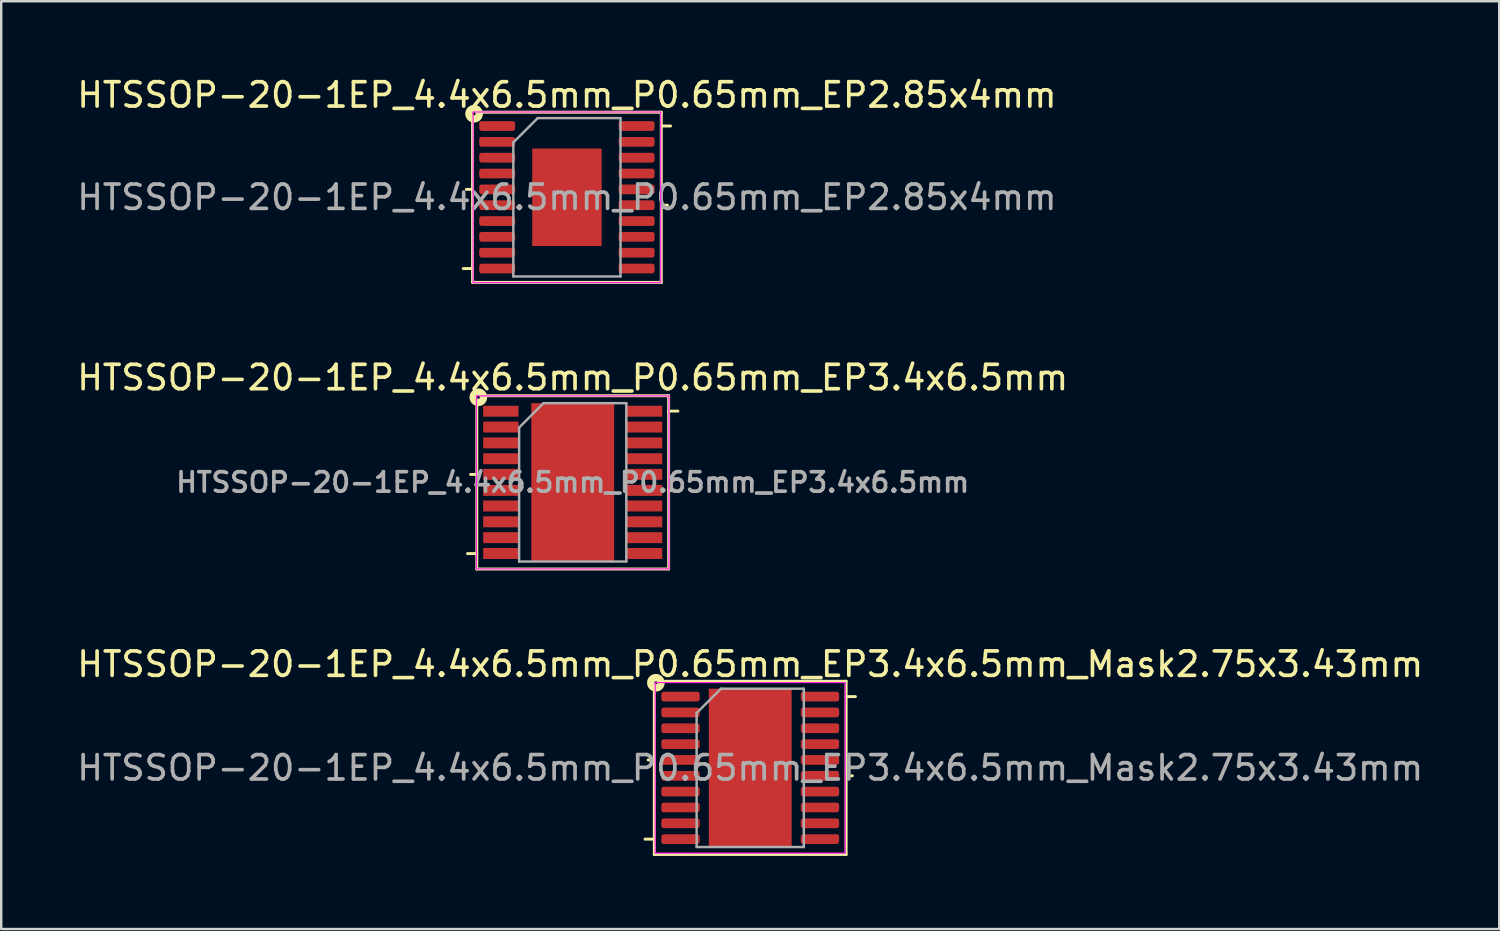
<source format=kicad_pcb>
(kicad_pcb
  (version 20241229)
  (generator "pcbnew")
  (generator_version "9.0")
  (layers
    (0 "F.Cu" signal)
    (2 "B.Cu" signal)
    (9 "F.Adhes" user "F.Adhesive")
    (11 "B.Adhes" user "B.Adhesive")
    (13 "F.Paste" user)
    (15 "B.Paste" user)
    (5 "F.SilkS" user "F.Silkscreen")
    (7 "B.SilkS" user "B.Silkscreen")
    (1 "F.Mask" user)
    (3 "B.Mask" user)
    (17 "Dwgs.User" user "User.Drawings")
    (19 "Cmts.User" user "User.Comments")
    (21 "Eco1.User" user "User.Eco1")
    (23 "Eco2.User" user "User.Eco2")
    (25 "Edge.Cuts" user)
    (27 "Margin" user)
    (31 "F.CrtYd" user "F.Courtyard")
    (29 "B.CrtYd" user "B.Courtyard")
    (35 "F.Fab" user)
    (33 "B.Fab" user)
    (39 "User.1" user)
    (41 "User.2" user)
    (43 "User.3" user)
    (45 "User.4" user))
  (footprint "HTSSOP-20-1EP_4.4x6.5mm_P0.65mm_EP3.4x6.5mm_Mask2.75x3.43mm"
    (layer "F.Cu")
    (at 27.744 28.468)
    (property "Reference" "HTSSOP-20-1EP_4.4x6.5mm_P0.65mm_EP3.4x6.5mm_Mask2.75x3.43mm" (at 0 -4.255 0) (layer "F.SilkS") (effects (font (size 1 1) (thickness 0.15))))
    (attr smd)
    (fp_line (start -3.937 -0.325) (end -4.191 -0.325) (stroke (width 0.12) (type solid)) (layer "F.SilkS"))
    (fp_line (start -3.937 2.925) (end -4.318 2.925) (stroke (width 0.12) (type solid)) (layer "F.SilkS"))
    (fp_line (start -3.937 3.556) (end -3.937 -3.111) (stroke (width 0.12) (type solid)) (layer "F.SilkS"))
    (fp_line (start -3.493 -3.556) (end 3.937 -3.556) (stroke (width 0.12) (type solid)) (layer "F.SilkS"))
    (fp_line (start 3.937 -3.556) (end 3.937 3.556) (stroke (width 0.12) (type solid)) (layer "F.SilkS"))
    (fp_line (start 3.937 -2.925) (end 4.318 -2.925) (stroke (width 0.12) (type solid)) (layer "F.SilkS"))
    (fp_line (start 3.937 0.325) (end 4.191 0.325) (stroke (width 0.12) (type solid)) (layer "F.SilkS"))
    (fp_line (start 3.937 3.556) (end -3.937 3.556) (stroke (width 0.12) (type solid)) (layer "F.SilkS"))
    (fp_circle (center -3.873 -3.493) (end -3.81 -3.493) (stroke (width 0.3) (type solid)) (fill no) (layer "F.SilkS"))
    (fp_line (start -3.9 -3.5) (end -3.9 3.5) (stroke (width 0.05) (type solid)) (layer "F.CrtYd"))
    (fp_line (start -3.9 3.5) (end 3.9 3.5) (stroke (width 0.05) (type solid)) (layer "F.CrtYd"))
    (fp_line (start 3.9 -3.5) (end -3.9 -3.5) (stroke (width 0.05) (type solid)) (layer "F.CrtYd"))
    (fp_line (start 3.9 3.5) (end 3.9 -3.5) (stroke (width 0.05) (type solid)) (layer "F.CrtYd"))
    (fp_line (start -2.2 -2.25) (end -1.2 -3.25) (stroke (width 0.1) (type solid)) (layer "F.Fab"))
    (fp_line (start -2.2 3.25) (end -2.2 -2.25) (stroke (width 0.1) (type solid)) (layer "F.Fab"))
    (fp_line (start -1.2 -3.25) (end 2.2 -3.25) (stroke (width 0.1) (type solid)) (layer "F.Fab"))
    (fp_line (start 2.2 -3.25) (end 2.2 3.25) (stroke (width 0.1) (type solid)) (layer "F.Fab"))
    (fp_line (start 2.2 3.25) (end -2.2 3.25) (stroke (width 0.1) (type solid)) (layer "F.Fab"))
    (fp_text user "${REFERENCE}" (at 0 0 0) (layer "F.Fab") (effects (font (size 1 1) (thickness 0.15))))
    (pad "" smd roundrect (at -0.69 -0.86) (size 1.11 1.38) (layers "F.Paste") (roundrect_rratio 0.225))
    (pad "" smd roundrect (at -0.69 0.86) (size 1.11 1.38) (layers "F.Paste") (roundrect_rratio 0.225))
    (pad "" smd rect (at 0 0) (size 2.75 3.43) (layers "F.Mask"))
    (pad "" smd roundrect (at 0.69 -0.86) (size 1.11 1.38) (layers "F.Paste") (roundrect_rratio 0.225))
    (pad "" smd roundrect (at 0.69 0.86) (size 1.11 1.38) (layers "F.Paste") (roundrect_rratio 0.225))
    (pad "1" smd roundrect (at -2.862 -2.925) (size 1.575 0.4) (layers "F.Cu" "F.Mask" "F.Paste") (roundrect_rratio 0.25))
    (pad "2" smd roundrect (at -2.862 -2.275) (size 1.575 0.4) (layers "F.Cu" "F.Mask" "F.Paste") (roundrect_rratio 0.25))
    (pad "3" smd roundrect (at -2.862 -1.625) (size 1.575 0.4) (layers "F.Cu" "F.Mask" "F.Paste") (roundrect_rratio 0.25))
    (pad "4" smd roundrect (at -2.862 -0.975) (size 1.575 0.4) (layers "F.Cu" "F.Mask" "F.Paste") (roundrect_rratio 0.25))
    (pad "5" smd roundrect (at -2.862 -0.325) (size 1.575 0.4) (layers "F.Cu" "F.Mask" "F.Paste") (roundrect_rratio 0.25))
    (pad "6" smd roundrect (at -2.862 0.325) (size 1.575 0.4) (layers "F.Cu" "F.Mask" "F.Paste") (roundrect_rratio 0.25))
    (pad "7" smd roundrect (at -2.862 0.975) (size 1.575 0.4) (layers "F.Cu" "F.Mask" "F.Paste") (roundrect_rratio 0.25))
    (pad "8" smd roundrect (at -2.862 1.625) (size 1.575 0.4) (layers "F.Cu" "F.Mask" "F.Paste") (roundrect_rratio 0.25))
    (pad "9" smd roundrect (at -2.862 2.275) (size 1.575 0.4) (layers "F.Cu" "F.Mask" "F.Paste") (roundrect_rratio 0.25))
    (pad "10" smd roundrect (at -2.862 2.925) (size 1.575 0.4) (layers "F.Cu" "F.Mask" "F.Paste") (roundrect_rratio 0.25))
    (pad "11" smd roundrect (at 2.862 2.925) (size 1.575 0.4) (layers "F.Cu" "F.Mask" "F.Paste") (roundrect_rratio 0.25))
    (pad "12" smd roundrect (at 2.862 2.275) (size 1.575 0.4) (layers "F.Cu" "F.Mask" "F.Paste") (roundrect_rratio 0.25))
    (pad "13" smd roundrect (at 2.862 1.625) (size 1.575 0.4) (layers "F.Cu" "F.Mask" "F.Paste") (roundrect_rratio 0.25))
    (pad "14" smd roundrect (at 2.862 0.975) (size 1.575 0.4) (layers "F.Cu" "F.Mask" "F.Paste") (roundrect_rratio 0.25))
    (pad "15" smd roundrect (at 2.862 0.325) (size 1.575 0.4) (layers "F.Cu" "F.Mask" "F.Paste") (roundrect_rratio 0.25))
    (pad "16" smd roundrect (at 2.862 -0.325) (size 1.575 0.4) (layers "F.Cu" "F.Mask" "F.Paste") (roundrect_rratio 0.25))
    (pad "17" smd roundrect (at 2.862 -0.975) (size 1.575 0.4) (layers "F.Cu" "F.Mask" "F.Paste") (roundrect_rratio 0.25))
    (pad "18" smd roundrect (at 2.862 -1.625) (size 1.575 0.4) (layers "F.Cu" "F.Mask" "F.Paste") (roundrect_rratio 0.25))
    (pad "19" smd roundrect (at 2.862 -2.275) (size 1.575 0.4) (layers "F.Cu" "F.Mask" "F.Paste") (roundrect_rratio 0.25))
    (pad "20" smd roundrect (at 2.862 -2.925) (size 1.575 0.4) (layers "F.Cu" "F.Mask" "F.Paste") (roundrect_rratio 0.25))
    (pad "21" smd rect (at 0 0) (size 3.4 6.5) (layers "F.Cu")))
  (footprint "HTSSOP-20-1EP_4.4x6.5mm_P0.65mm_EP3.4x6.5mm"
    (layer "F.Cu")
    (at 20.458 16.749)
    (property "Reference" "HTSSOP-20-1EP_4.4x6.5mm_P0.65mm_EP3.4x6.5mm" (at 0 -4.3 0) (layer "F.SilkS") (effects (font (size 1 1) (thickness 0.15))))
    (attr smd)
    (fp_line (start -3.937 -0.325) (end -4.191 -0.325) (stroke (width 0.12) (type solid)) (layer "F.SilkS"))
    (fp_line (start -3.937 2.925) (end -4.318 2.925) (stroke (width 0.12) (type solid)) (layer "F.SilkS"))
    (fp_line (start -3.937 3.556) (end -3.937 -3.111) (stroke (width 0.12) (type solid)) (layer "F.SilkS"))
    (fp_line (start -3.493 -3.556) (end 3.937 -3.556) (stroke (width 0.12) (type solid)) (layer "F.SilkS"))
    (fp_line (start 3.937 -3.556) (end 3.937 3.556) (stroke (width 0.12) (type solid)) (layer "F.SilkS"))
    (fp_line (start 3.937 -2.925) (end 4.318 -2.925) (stroke (width 0.12) (type solid)) (layer "F.SilkS"))
    (fp_line (start 3.937 0.325) (end 4.191 0.325) (stroke (width 0.12) (type solid)) (layer "F.SilkS"))
    (fp_line (start 3.937 3.556) (end -3.937 3.556) (stroke (width 0.12) (type solid)) (layer "F.SilkS"))
    (fp_circle (center -3.873 -3.493) (end -3.81 -3.493) (stroke (width 0.3) (type solid)) (fill no) (layer "F.SilkS"))
    (fp_line (start -3.95 -3.55) (end -3.95 3.55) (stroke (width 0.05) (type solid)) (layer "F.CrtYd"))
    (fp_line (start -3.95 -3.55) (end 3.95 -3.55) (stroke (width 0.05) (type solid)) (layer "F.CrtYd"))
    (fp_line (start -3.95 3.55) (end 3.95 3.55) (stroke (width 0.05) (type solid)) (layer "F.CrtYd"))
    (fp_line (start 3.95 -3.55) (end 3.95 3.55) (stroke (width 0.05) (type solid)) (layer "F.CrtYd"))
    (fp_line (start -2.2 -2.25) (end -1.2 -3.25) (stroke (width 0.1) (type solid)) (layer "F.Fab"))
    (fp_line (start -2.2 3.25) (end -2.2 -2.25) (stroke (width 0.1) (type solid)) (layer "F.Fab"))
    (fp_line (start -1.2 -3.25) (end 2.2 -3.25) (stroke (width 0.1) (type solid)) (layer "F.Fab"))
    (fp_line (start 2.2 -3.25) (end 2.2 3.25) (stroke (width 0.1) (type solid)) (layer "F.Fab"))
    (fp_line (start 2.2 3.25) (end -2.2 3.25) (stroke (width 0.1) (type solid)) (layer "F.Fab"))
    (fp_text user "${REFERENCE}" (at 0 0 0) (layer "F.Fab") (effects (font (size 0.8 0.8) (thickness 0.15))))
    (pad "" smd rect (at -0.85 -2.438) (size 1.4 1.325) (layers "F.Paste"))
    (pad "" smd rect (at -0.85 -0.812) (size 1.4 1.325) (layers "F.Paste"))
    (pad "" smd rect (at -0.85 0.812) (size 1.4 1.325) (layers "F.Paste"))
    (pad "" smd rect (at -0.85 2.438) (size 1.4 1.325) (layers "F.Paste"))
    (pad "" smd rect (at 0.85 -2.438) (size 1.4 1.325) (layers "F.Paste"))
    (pad "" smd rect (at 0.85 -0.812) (size 1.4 1.325) (layers "F.Paste"))
    (pad "" smd rect (at 0.85 0.812) (size 1.4 1.325) (layers "F.Paste"))
    (pad "" smd rect (at 0.85 2.438) (size 1.4 1.325) (layers "F.Paste"))
    (pad "1" smd rect (at -2.95 -2.92) (size 1.45 0.45) (layers "F.Cu" "F.Mask" "F.Paste"))
    (pad "2" smd rect (at -2.95 -2.27) (size 1.45 0.45) (layers "F.Cu" "F.Mask" "F.Paste"))
    (pad "3" smd rect (at -2.95 -1.62) (size 1.45 0.45) (layers "F.Cu" "F.Mask" "F.Paste"))
    (pad "4" smd rect (at -2.95 -0.97) (size 1.45 0.45) (layers "F.Cu" "F.Mask" "F.Paste"))
    (pad "5" smd rect (at -2.95 -0.33) (size 1.45 0.45) (layers "F.Cu" "F.Mask" "F.Paste"))
    (pad "6" smd rect (at -2.95 0.33) (size 1.45 0.45) (layers "F.Cu" "F.Mask" "F.Paste"))
    (pad "7" smd rect (at -2.95 0.97) (size 1.45 0.45) (layers "F.Cu" "F.Mask" "F.Paste"))
    (pad "8" smd rect (at -2.95 1.62) (size 1.45 0.45) (layers "F.Cu" "F.Mask" "F.Paste"))
    (pad "9" smd rect (at -2.95 2.27) (size 1.45 0.45) (layers "F.Cu" "F.Mask" "F.Paste"))
    (pad "10" smd rect (at -2.95 2.92) (size 1.45 0.45) (layers "F.Cu" "F.Mask" "F.Paste"))
    (pad "11" smd rect (at 2.95 2.92) (size 1.45 0.45) (layers "F.Cu" "F.Mask" "F.Paste"))
    (pad "12" smd rect (at 2.95 2.27) (size 1.45 0.45) (layers "F.Cu" "F.Mask" "F.Paste"))
    (pad "13" smd rect (at 2.95 1.62) (size 1.45 0.45) (layers "F.Cu" "F.Mask" "F.Paste"))
    (pad "14" smd rect (at 2.95 0.97) (size 1.45 0.45) (layers "F.Cu" "F.Mask" "F.Paste"))
    (pad "15" smd rect (at 2.95 0.33) (size 1.45 0.45) (layers "F.Cu" "F.Mask" "F.Paste"))
    (pad "16" smd rect (at 2.95 -0.33) (size 1.45 0.45) (layers "F.Cu" "F.Mask" "F.Paste"))
    (pad "17" smd rect (at 2.95 -0.97) (size 1.45 0.45) (layers "F.Cu" "F.Mask" "F.Paste"))
    (pad "18" smd rect (at 2.95 -1.62) (size 1.45 0.45) (layers "F.Cu" "F.Mask" "F.Paste"))
    (pad "19" smd rect (at 2.95 -2.27) (size 1.45 0.45) (layers "F.Cu" "F.Mask" "F.Paste"))
    (pad "20" smd rect (at 2.95 -2.92) (size 1.45 0.45) (layers "F.Cu" "F.Mask" "F.Paste"))
    (pad "21" smd rect (at 0 0) (size 3.4 6.5) (layers "F.Cu" "F.Mask")))
  (footprint "HTSSOP-20-1EP_4.4x6.5mm_P0.65mm_EP2.85x4mm"
    (layer "F.Cu")
    (at 20.22 5.048)
    (property "Reference" "HTSSOP-20-1EP_4.4x6.5mm_P0.65mm_EP2.85x4mm" (at 0 -4.2 0) (layer "F.SilkS") (effects (font (size 1 1) (thickness 0.15))))
    (attr smd)
    (fp_line (start -3.873 -0.325) (end -4.128 -0.325) (stroke (width 0.12) (type solid)) (layer "F.SilkS"))
    (fp_line (start -3.873 2.925) (end -4.255 2.925) (stroke (width 0.12) (type solid)) (layer "F.SilkS"))
    (fp_line (start -3.873 3.493) (end -3.873 -3.048) (stroke (width 0.12) (type solid)) (layer "F.SilkS"))
    (fp_line (start -3.429 -3.493) (end 3.81 -3.493) (stroke (width 0.12) (type solid)) (layer "F.SilkS"))
    (fp_line (start 3.81 -3.493) (end 3.873 -3.493) (stroke (width 0.12) (type solid)) (layer "F.SilkS"))
    (fp_line (start 3.873 -3.493) (end 3.873 3.493) (stroke (width 0.12) (type solid)) (layer "F.SilkS"))
    (fp_line (start 3.873 -2.925) (end 4.255 -2.925) (stroke (width 0.12) (type solid)) (layer "F.SilkS"))
    (fp_line (start 3.873 0.325) (end 4.128 0.325) (stroke (width 0.12) (type solid)) (layer "F.SilkS"))
    (fp_line (start 3.873 3.493) (end -3.873 3.493) (stroke (width 0.12) (type solid)) (layer "F.SilkS"))
    (fp_circle (center -3.81 -3.429) (end -3.747 -3.429) (stroke (width 0.3) (type solid)) (fill no) (layer "F.SilkS"))
    (fp_line (start -3.85 -3.5) (end -3.85 3.5) (stroke (width 0.05) (type solid)) (layer "F.CrtYd"))
    (fp_line (start -3.85 3.5) (end 3.85 3.5) (stroke (width 0.05) (type solid)) (layer "F.CrtYd"))
    (fp_line (start 3.85 -3.5) (end -3.85 -3.5) (stroke (width 0.05) (type solid)) (layer "F.CrtYd"))
    (fp_line (start 3.85 3.5) (end 3.85 -3.5) (stroke (width 0.05) (type solid)) (layer "F.CrtYd"))
    (fp_line (start -2.2 -2.25) (end -1.2 -3.25) (stroke (width 0.1) (type solid)) (layer "F.Fab"))
    (fp_line (start -2.2 3.25) (end -2.2 -2.25) (stroke (width 0.1) (type solid)) (layer "F.Fab"))
    (fp_line (start -1.2 -3.25) (end 2.2 -3.25) (stroke (width 0.1) (type solid)) (layer "F.Fab"))
    (fp_line (start 2.2 -3.25) (end 2.2 3.25) (stroke (width 0.1) (type solid)) (layer "F.Fab"))
    (fp_line (start 2.2 3.25) (end -2.2 3.25) (stroke (width 0.1) (type solid)) (layer "F.Fab"))
    (fp_text user "${REFERENCE}" (at 0 0 0) (layer "F.Fab") (effects (font (size 1 1) (thickness 0.15))))
    (pad "" smd roundrect (at 0 -1) (size 2.3 1.61) (layers "F.Paste") (roundrect_rratio 0.155))
    (pad "" smd roundrect (at 0 1) (size 2.3 1.61) (layers "F.Paste") (roundrect_rratio 0.155))
    (pad "1" smd roundrect (at -2.862 -2.925) (size 1.475 0.4) (layers "F.Cu" "F.Mask" "F.Paste") (roundrect_rratio 0.25))
    (pad "2" smd roundrect (at -2.862 -2.275) (size 1.475 0.4) (layers "F.Cu" "F.Mask" "F.Paste") (roundrect_rratio 0.25))
    (pad "3" smd roundrect (at -2.862 -1.625) (size 1.475 0.4) (layers "F.Cu" "F.Mask" "F.Paste") (roundrect_rratio 0.25))
    (pad "4" smd roundrect (at -2.862 -0.975) (size 1.475 0.4) (layers "F.Cu" "F.Mask" "F.Paste") (roundrect_rratio 0.25))
    (pad "5" smd roundrect (at -2.862 -0.325) (size 1.475 0.4) (layers "F.Cu" "F.Mask" "F.Paste") (roundrect_rratio 0.25))
    (pad "6" smd roundrect (at -2.862 0.325) (size 1.475 0.4) (layers "F.Cu" "F.Mask" "F.Paste") (roundrect_rratio 0.25))
    (pad "7" smd roundrect (at -2.862 0.975) (size 1.475 0.4) (layers "F.Cu" "F.Mask" "F.Paste") (roundrect_rratio 0.25))
    (pad "8" smd roundrect (at -2.862 1.625) (size 1.475 0.4) (layers "F.Cu" "F.Mask" "F.Paste") (roundrect_rratio 0.25))
    (pad "9" smd roundrect (at -2.862 2.275) (size 1.475 0.4) (layers "F.Cu" "F.Mask" "F.Paste") (roundrect_rratio 0.25))
    (pad "10" smd roundrect (at -2.862 2.925) (size 1.475 0.4) (layers "F.Cu" "F.Mask" "F.Paste") (roundrect_rratio 0.25))
    (pad "11" smd roundrect (at 2.862 2.925) (size 1.475 0.4) (layers "F.Cu" "F.Mask" "F.Paste") (roundrect_rratio 0.25))
    (pad "12" smd roundrect (at 2.862 2.275) (size 1.475 0.4) (layers "F.Cu" "F.Mask" "F.Paste") (roundrect_rratio 0.25))
    (pad "13" smd roundrect (at 2.862 1.625) (size 1.475 0.4) (layers "F.Cu" "F.Mask" "F.Paste") (roundrect_rratio 0.25))
    (pad "14" smd roundrect (at 2.862 0.975) (size 1.475 0.4) (layers "F.Cu" "F.Mask" "F.Paste") (roundrect_rratio 0.25))
    (pad "15" smd roundrect (at 2.862 0.325) (size 1.475 0.4) (layers "F.Cu" "F.Mask" "F.Paste") (roundrect_rratio 0.25))
    (pad "16" smd roundrect (at 2.862 -0.325) (size 1.475 0.4) (layers "F.Cu" "F.Mask" "F.Paste") (roundrect_rratio 0.25))
    (pad "17" smd roundrect (at 2.862 -0.975) (size 1.475 0.4) (layers "F.Cu" "F.Mask" "F.Paste") (roundrect_rratio 0.25))
    (pad "18" smd roundrect (at 2.862 -1.625) (size 1.475 0.4) (layers "F.Cu" "F.Mask" "F.Paste") (roundrect_rratio 0.25))
    (pad "19" smd roundrect (at 2.862 -2.275) (size 1.475 0.4) (layers "F.Cu" "F.Mask" "F.Paste") (roundrect_rratio 0.25))
    (pad "20" smd roundrect (at 2.862 -2.925) (size 1.475 0.4) (layers "F.Cu" "F.Mask" "F.Paste") (roundrect_rratio 0.25))
    (pad "21" smd rect (at 0 0) (size 2.85 4) (layers "F.Cu" "F.Mask")))
  (gr_rect
    (start -3 -3)
    (end 58.488 35.084)
    (stroke (width 0.1) (type default))
    (fill no)
    (layer "Edge.Cuts")))
</source>
